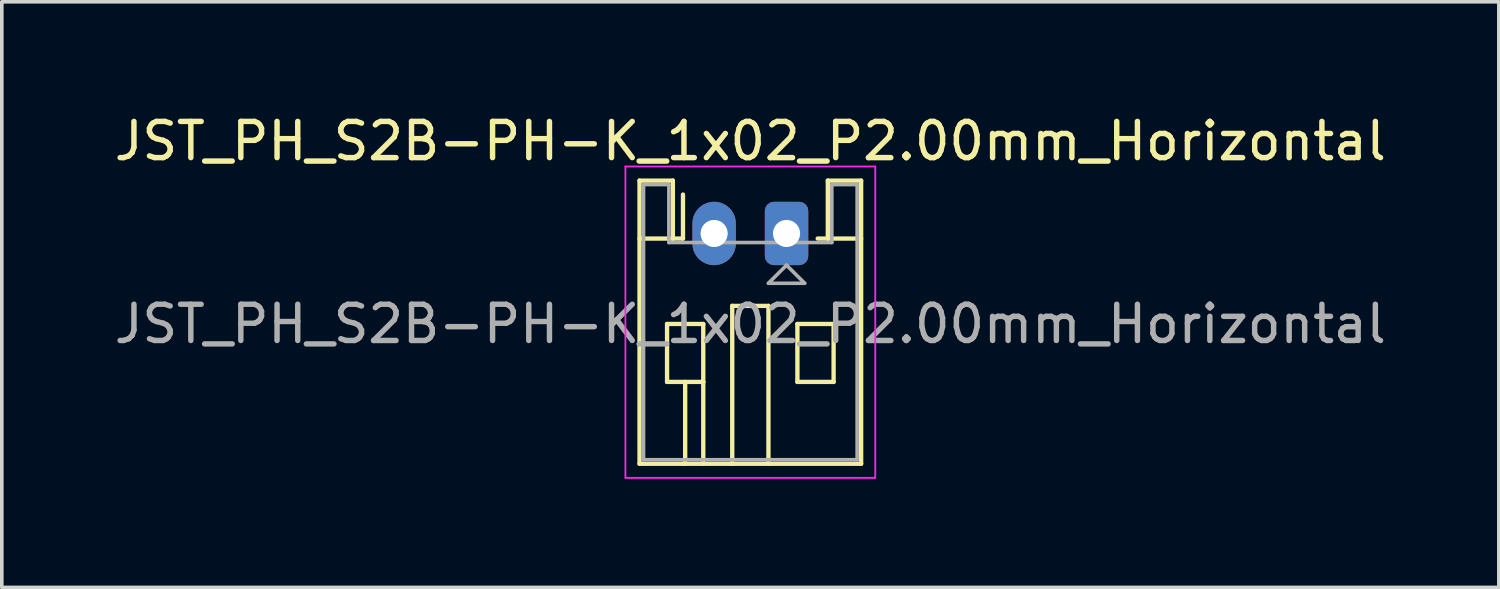
<source format=kicad_pcb>
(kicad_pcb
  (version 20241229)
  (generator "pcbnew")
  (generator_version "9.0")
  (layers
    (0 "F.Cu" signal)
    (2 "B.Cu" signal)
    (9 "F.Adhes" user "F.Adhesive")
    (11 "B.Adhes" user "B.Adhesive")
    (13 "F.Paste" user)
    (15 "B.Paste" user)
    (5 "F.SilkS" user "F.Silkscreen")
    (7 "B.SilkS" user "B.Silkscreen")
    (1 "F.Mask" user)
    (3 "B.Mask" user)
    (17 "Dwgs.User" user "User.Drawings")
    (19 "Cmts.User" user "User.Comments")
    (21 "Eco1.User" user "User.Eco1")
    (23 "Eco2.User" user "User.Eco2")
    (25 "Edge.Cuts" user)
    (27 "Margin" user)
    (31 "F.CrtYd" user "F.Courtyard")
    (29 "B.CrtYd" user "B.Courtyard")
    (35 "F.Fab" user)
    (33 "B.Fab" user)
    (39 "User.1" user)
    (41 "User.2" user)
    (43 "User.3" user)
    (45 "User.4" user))
  (footprint "JST_PH_S2B-PH-K_1x02_P2.00mm_Horizontal"
    (layer "F.Cu")
    (at 16.673 3.398)
    (property "Reference" "JST_PH_S2B-PH-K_1x02_P2.00mm_Horizontal" (at 1 -2.55 0) (layer "F.SilkS") (effects (font (size 1 1) (thickness 0.15))))
    (attr through_hole)
    (fp_line (start -2.06 -1.46) (end -2.06 6.36) (stroke (width 0.12) (type solid)) (layer "F.SilkS"))
    (fp_line (start -2.06 0.14) (end -1.14 0.14) (stroke (width 0.12) (type solid)) (layer "F.SilkS"))
    (fp_line (start -2.06 6.36) (end 4.06 6.36) (stroke (width 0.12) (type solid)) (layer "F.SilkS"))
    (fp_line (start -1.3 2.5) (end -1.3 4.1) (stroke (width 0.12) (type solid)) (layer "F.SilkS"))
    (fp_line (start -1.3 4.1) (end -0.3 4.1) (stroke (width 0.12) (type solid)) (layer "F.SilkS"))
    (fp_line (start -1.14 -1.46) (end -2.06 -1.46) (stroke (width 0.12) (type solid)) (layer "F.SilkS"))
    (fp_line (start -1.14 0.14) (end -1.14 -1.46) (stroke (width 0.12) (type solid)) (layer "F.SilkS"))
    (fp_line (start -0.86 0.14) (end -1.14 0.14) (stroke (width 0.12) (type solid)) (layer "F.SilkS"))
    (fp_line (start -0.86 0.14) (end -0.86 -1.075) (stroke (width 0.12) (type solid)) (layer "F.SilkS"))
    (fp_line (start -0.8 4.1) (end -0.8 6.36) (stroke (width 0.12) (type solid)) (layer "F.SilkS"))
    (fp_line (start -0.3 2.5) (end -1.3 2.5) (stroke (width 0.12) (type solid)) (layer "F.SilkS"))
    (fp_line (start -0.3 4.1) (end -0.3 2.5) (stroke (width 0.12) (type solid)) (layer "F.SilkS"))
    (fp_line (start -0.3 4.1) (end -0.3 6.36) (stroke (width 0.12) (type solid)) (layer "F.SilkS"))
    (fp_line (start 0.5 2) (end 1.5 2) (stroke (width 0.12) (type solid)) (layer "F.SilkS"))
    (fp_line (start 0.5 6.36) (end 0.5 2) (stroke (width 0.12) (type solid)) (layer "F.SilkS"))
    (fp_line (start 1.5 2) (end 1.5 6.36) (stroke (width 0.12) (type solid)) (layer "F.SilkS"))
    (fp_line (start 2.3 2.5) (end 3.3 2.5) (stroke (width 0.12) (type solid)) (layer "F.SilkS"))
    (fp_line (start 2.3 4.1) (end 2.3 2.5) (stroke (width 0.12) (type solid)) (layer "F.SilkS"))
    (fp_line (start 3.14 -1.46) (end 3.14 0.14) (stroke (width 0.12) (type solid)) (layer "F.SilkS"))
    (fp_line (start 3.14 0.14) (end 2.86 0.14) (stroke (width 0.12) (type solid)) (layer "F.SilkS"))
    (fp_line (start 3.3 2.5) (end 3.3 4.1) (stroke (width 0.12) (type solid)) (layer "F.SilkS"))
    (fp_line (start 3.3 4.1) (end 2.3 4.1) (stroke (width 0.12) (type solid)) (layer "F.SilkS"))
    (fp_line (start 4.06 -1.46) (end 3.14 -1.46) (stroke (width 0.12) (type solid)) (layer "F.SilkS"))
    (fp_line (start 4.06 0.14) (end 3.14 0.14) (stroke (width 0.12) (type solid)) (layer "F.SilkS"))
    (fp_line (start 4.06 6.36) (end 4.06 -1.46) (stroke (width 0.12) (type solid)) (layer "F.SilkS"))
    (fp_line (start -2.45 -1.85) (end -2.45 6.75) (stroke (width 0.05) (type solid)) (layer "F.CrtYd"))
    (fp_line (start -2.45 6.75) (end 4.45 6.75) (stroke (width 0.05) (type solid)) (layer "F.CrtYd"))
    (fp_line (start 4.45 -1.85) (end -2.45 -1.85) (stroke (width 0.05) (type solid)) (layer "F.CrtYd"))
    (fp_line (start 4.45 6.75) (end 4.45 -1.85) (stroke (width 0.05) (type solid)) (layer "F.CrtYd"))
    (fp_line (start -1.95 -1.35) (end -1.95 6.25) (stroke (width 0.1) (type solid)) (layer "F.Fab"))
    (fp_line (start -1.95 6.25) (end 3.95 6.25) (stroke (width 0.1) (type solid)) (layer "F.Fab"))
    (fp_line (start -1.25 -1.35) (end -1.95 -1.35) (stroke (width 0.1) (type solid)) (layer "F.Fab"))
    (fp_line (start -1.25 0.25) (end -1.25 -1.35) (stroke (width 0.1) (type solid)) (layer "F.Fab"))
    (fp_line (start 1.5 1.375) (end 2.5 1.375) (stroke (width 0.1) (type solid)) (layer "F.Fab"))
    (fp_line (start 2 0.875) (end 1.5 1.375) (stroke (width 0.1) (type solid)) (layer "F.Fab"))
    (fp_line (start 2.5 1.375) (end 2 0.875) (stroke (width 0.1) (type solid)) (layer "F.Fab"))
    (fp_line (start 3.25 -1.35) (end 3.25 0.25) (stroke (width 0.1) (type solid)) (layer "F.Fab"))
    (fp_line (start 3.25 0.25) (end -1.25 0.25) (stroke (width 0.1) (type solid)) (layer "F.Fab"))
    (fp_line (start 3.95 -1.35) (end 3.25 -1.35) (stroke (width 0.1) (type solid)) (layer "F.Fab"))
    (fp_line (start 3.95 6.25) (end 3.95 -1.35) (stroke (width 0.1) (type solid)) (layer "F.Fab"))
    (fp_text user "${REFERENCE}" (at 1 2.5 0) (layer "F.Fab") (effects (font (size 1 1) (thickness 0.15))))
    (pad "1" thru_hole roundrect (at 2 0) (size 1.2 1.75) (drill 0.75) (layers "*.Cu" "*.Mask") (roundrect_rratio 0.208))
    (pad "2" thru_hole oval (at 0 0) (size 1.2 1.75) (drill 0.75) (layers "*.Cu" "*.Mask")))
  (gr_rect
    (start -3 -3)
    (end 38.345 13.173)
    (stroke (width 0.1) (type default))
    (fill no)
    (layer "Edge.Cuts")))
</source>
